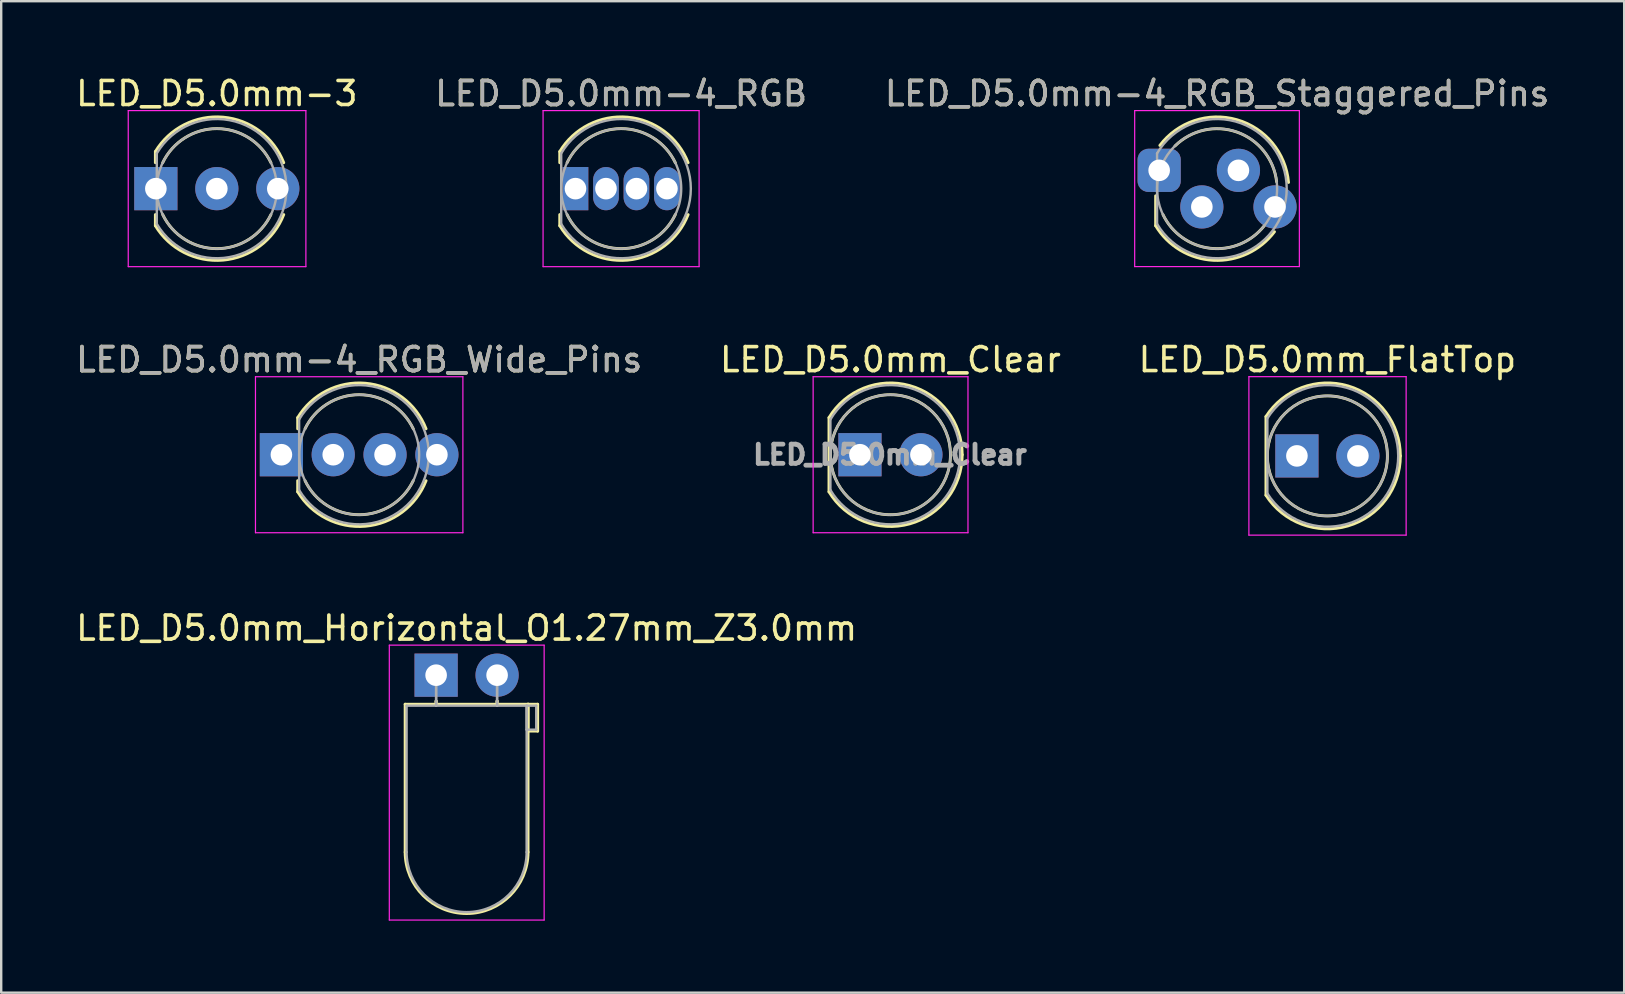
<source format=kicad_pcb>
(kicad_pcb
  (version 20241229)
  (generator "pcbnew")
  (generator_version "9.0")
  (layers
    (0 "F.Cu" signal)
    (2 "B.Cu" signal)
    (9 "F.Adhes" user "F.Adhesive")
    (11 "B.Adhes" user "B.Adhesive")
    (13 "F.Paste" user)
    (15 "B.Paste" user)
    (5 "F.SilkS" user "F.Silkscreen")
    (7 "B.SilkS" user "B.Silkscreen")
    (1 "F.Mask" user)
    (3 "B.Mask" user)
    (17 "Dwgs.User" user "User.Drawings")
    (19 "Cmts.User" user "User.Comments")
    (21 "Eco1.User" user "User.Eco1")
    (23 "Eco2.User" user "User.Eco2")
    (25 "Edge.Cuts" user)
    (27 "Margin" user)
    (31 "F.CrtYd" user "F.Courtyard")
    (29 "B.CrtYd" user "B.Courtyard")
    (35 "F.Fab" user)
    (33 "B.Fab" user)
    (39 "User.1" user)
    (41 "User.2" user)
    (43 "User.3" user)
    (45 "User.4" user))
  (footprint "LED_D5.0mm_Horizontal_O1.27mm_Z3.0mm"
    (layer "F.Cu")
    (at 15.117 25.075)
    (property "Reference" "LED_D5.0mm_Horizontal_O1.27mm_Z3.0mm" (at 1.27 -1.96 0) (layer "F.SilkS") (effects (font (size 1 1) (thickness 0.15))))
    (attr through_hole)
    (fp_line (start -1.29 1.21) (end -1.29 7.37) (stroke (width 0.12) (type solid)) (layer "F.SilkS"))
    (fp_line (start -1.29 1.21) (end 3.83 1.21) (stroke (width 0.12) (type solid)) (layer "F.SilkS"))
    (fp_line (start 0 1.08) (end 0 1.08) (stroke (width 0.12) (type solid)) (layer "F.SilkS"))
    (fp_line (start 0 1.08) (end 0 1.21) (stroke (width 0.12) (type solid)) (layer "F.SilkS"))
    (fp_line (start 0 1.21) (end 0 1.08) (stroke (width 0.12) (type solid)) (layer "F.SilkS"))
    (fp_line (start 0 1.21) (end 0 1.21) (stroke (width 0.12) (type solid)) (layer "F.SilkS"))
    (fp_line (start 2.54 1.08) (end 2.54 1.08) (stroke (width 0.12) (type solid)) (layer "F.SilkS"))
    (fp_line (start 2.54 1.08) (end 2.54 1.21) (stroke (width 0.12) (type solid)) (layer "F.SilkS"))
    (fp_line (start 2.54 1.21) (end 2.54 1.08) (stroke (width 0.12) (type solid)) (layer "F.SilkS"))
    (fp_line (start 2.54 1.21) (end 2.54 1.21) (stroke (width 0.12) (type solid)) (layer "F.SilkS"))
    (fp_line (start 3.83 1.21) (end 3.83 7.37) (stroke (width 0.12) (type solid)) (layer "F.SilkS"))
    (fp_line (start 3.83 1.21) (end 4.23 1.21) (stroke (width 0.12) (type solid)) (layer "F.SilkS"))
    (fp_line (start 3.83 2.33) (end 3.83 1.21) (stroke (width 0.12) (type solid)) (layer "F.SilkS"))
    (fp_line (start 4.23 1.21) (end 4.23 2.33) (stroke (width 0.12) (type solid)) (layer "F.SilkS"))
    (fp_line (start 4.23 2.33) (end 3.83 2.33) (stroke (width 0.12) (type solid)) (layer "F.SilkS"))
    (fp_arc (start 3.83 7.37) (mid 1.27 9.93) (end -1.29 7.37) (stroke (width 0.12) (type solid)) (layer "F.SilkS"))
    (fp_line (start -1.95 -1.25) (end -1.95 10.2) (stroke (width 0.05) (type solid)) (layer "F.CrtYd"))
    (fp_line (start -1.95 10.2) (end 4.5 10.2) (stroke (width 0.05) (type solid)) (layer "F.CrtYd"))
    (fp_line (start 4.5 -1.25) (end -1.95 -1.25) (stroke (width 0.05) (type solid)) (layer "F.CrtYd"))
    (fp_line (start 4.5 10.2) (end 4.5 -1.25) (stroke (width 0.05) (type solid)) (layer "F.CrtYd"))
    (fp_line (start -1.23 1.27) (end -1.23 7.37) (stroke (width 0.1) (type solid)) (layer "F.Fab"))
    (fp_line (start -1.23 1.27) (end 3.77 1.27) (stroke (width 0.1) (type solid)) (layer "F.Fab"))
    (fp_line (start 0 0) (end 0 0) (stroke (width 0.1) (type solid)) (layer "F.Fab"))
    (fp_line (start 0 0) (end 0 1.27) (stroke (width 0.1) (type solid)) (layer "F.Fab"))
    (fp_line (start 0 1.27) (end 0 0) (stroke (width 0.1) (type solid)) (layer "F.Fab"))
    (fp_line (start 0 1.27) (end 0 1.27) (stroke (width 0.1) (type solid)) (layer "F.Fab"))
    (fp_line (start 2.54 0) (end 2.54 0) (stroke (width 0.1) (type solid)) (layer "F.Fab"))
    (fp_line (start 2.54 0) (end 2.54 1.27) (stroke (width 0.1) (type solid)) (layer "F.Fab"))
    (fp_line (start 2.54 1.27) (end 2.54 0) (stroke (width 0.1) (type solid)) (layer "F.Fab"))
    (fp_line (start 2.54 1.27) (end 2.54 1.27) (stroke (width 0.1) (type solid)) (layer "F.Fab"))
    (fp_line (start 3.77 1.27) (end 3.77 7.37) (stroke (width 0.1) (type solid)) (layer "F.Fab"))
    (fp_line (start 3.77 1.27) (end 4.17 1.27) (stroke (width 0.1) (type solid)) (layer "F.Fab"))
    (fp_line (start 3.77 2.27) (end 3.77 1.27) (stroke (width 0.1) (type solid)) (layer "F.Fab"))
    (fp_line (start 4.17 1.27) (end 4.17 2.27) (stroke (width 0.1) (type solid)) (layer "F.Fab"))
    (fp_line (start 4.17 2.27) (end 3.77 2.27) (stroke (width 0.1) (type solid)) (layer "F.Fab"))
    (fp_arc (start 3.77 7.37) (mid 1.27 9.87) (end -1.23 7.37) (stroke (width 0.1) (type solid)) (layer "F.Fab"))
    (pad "1" thru_hole rect (at 0 0) (size 1.8 1.8) (drill 0.9) (layers "*.Cu" "*.Mask"))
    (pad "2" thru_hole circle (at 2.54 0) (size 1.8 1.8) (drill 0.9) (layers "*.Cu" "*.Mask")))
  (footprint "LED_D5.0mm_FlatTop"
    (layer "F.Cu")
    (at 50.974 15.941)
    (property "Reference" "LED_D5.0mm_FlatTop" (at 1.27 -4.01 0) (layer "F.SilkS") (effects (font (size 1 1) (thickness 0.15))))
    (attr through_hole)
    (fp_line (start -1.29 -1.64) (end -1.29 1.64) (stroke (width 0.12) (type solid)) (layer "F.SilkS"))
    (fp_arc (start -1.29 -1.639512) (mid 2.125106 -2.917258) (end 4.309999 0.001958) (stroke (width 0.12) (type solid)) (layer "F.SilkS"))
    (fp_arc (start 4.309999 -0.001958) (mid 2.125106 2.917258) (end -1.29 1.639512) (stroke (width 0.12) (type solid)) (layer "F.SilkS"))
    (fp_circle (center 1.27 0) (end 3.77 0) (stroke (width 0.12) (type solid)) (fill no) (layer "F.SilkS"))
    (fp_line (start -2 -3.3) (end -2 3.3) (stroke (width 0.05) (type solid)) (layer "F.CrtYd"))
    (fp_line (start -2 3.3) (end 4.55 3.3) (stroke (width 0.05) (type solid)) (layer "F.CrtYd"))
    (fp_line (start 4.55 -3.3) (end -2 -3.3) (stroke (width 0.05) (type solid)) (layer "F.CrtYd"))
    (fp_line (start 4.55 3.3) (end 4.55 -3.3) (stroke (width 0.05) (type solid)) (layer "F.CrtYd"))
    (fp_line (start -1.23 -1.566) (end -1.23 1.566) (stroke (width 0.1) (type solid)) (layer "F.Fab"))
    (fp_arc (start -1.23 -1.566046) (mid 4.22 0.00071) (end -1.230753 1.564843) (stroke (width 0.1) (type solid)) (layer "F.Fab"))
    (fp_circle (center 1.27 0) (end 3.77 0) (stroke (width 0.1) (type solid)) (fill no) (layer "F.Fab"))
    (pad "1" thru_hole rect (at 0 0) (size 1.8 1.8) (drill 0.9) (layers "*.Cu" "*.Mask"))
    (pad "2" thru_hole circle (at 2.54 0) (size 1.8 1.8) (drill 0.9) (layers "*.Cu" "*.Mask")))
  (footprint "LED_D5.0mm-3"
    (layer "F.Cu")
    (at 3.442 4.808)
    (property "Reference" "LED_D5.0mm-3" (at 2.54 -3.96 0) (layer "F.SilkS") (effects (font (size 1 1) (thickness 0.15))))
    (attr through_hole)
    (fp_line (start -0.02 -1.545) (end -0.02 -1.08) (stroke (width 0.12) (type solid)) (layer "F.SilkS"))
    (fp_line (start -0.02 1.08) (end -0.02 1.545) (stroke (width 0.12) (type solid)) (layer "F.SilkS"))
    (fp_arc (start -0.02 -1.54483) (mid 2.798456 -2.978809) (end 5.327815 -1.080827) (stroke (width 0.12) (type solid)) (layer "F.SilkS"))
    (fp_arc (start 0.285316 -1.08) (mid 2.539762 -2.5) (end 4.794479 -1.080429) (stroke (width 0.12) (type solid)) (layer "F.SilkS"))
    (fp_arc (start 4.794479 1.080429) (mid 2.539762 2.5) (end 0.285316 1.08) (stroke (width 0.12) (type solid)) (layer "F.SilkS"))
    (fp_arc (start 5.327815 1.080827) (mid 2.798456 2.978808) (end -0.02 1.54483) (stroke (width 0.12) (type solid)) (layer "F.SilkS"))
    (fp_line (start -1.15 -3.25) (end -1.15 3.25) (stroke (width 0.05) (type solid)) (layer "F.CrtYd"))
    (fp_line (start -1.15 3.25) (end 6.25 3.25) (stroke (width 0.05) (type solid)) (layer "F.CrtYd"))
    (fp_line (start 6.25 -3.25) (end -1.15 -3.25) (stroke (width 0.05) (type solid)) (layer "F.CrtYd"))
    (fp_line (start 6.25 3.25) (end 6.25 -3.25) (stroke (width 0.05) (type solid)) (layer "F.CrtYd"))
    (fp_line (start 0.04 -1.47) (end 0.04 1.47) (stroke (width 0.1) (type solid)) (layer "F.Fab"))
    (fp_arc (start 0.04 -1.469694) (mid 5.44 0.000016) (end 0.039984 1.469666) (stroke (width 0.1) (type solid)) (layer "F.Fab"))
    (fp_circle (center 2.54 0) (end 5.04 0) (stroke (width 0.1) (type solid)) (fill no) (layer "F.Fab"))
    (pad "1" thru_hole rect (at 0 0) (size 1.8 1.8) (drill 0.9) (layers "*.Cu" "*.Mask"))
    (pad "2" thru_hole circle (at 2.54 0) (size 1.8 1.8) (drill 0.9) (layers "*.Cu" "*.Mask"))
    (pad "3" thru_hole circle (at 5.08 0) (size 1.8 1.8) (drill 0.9) (layers "*.Cu" "*.Mask")))
  (footprint "LED_D5.0mm-4_RGB_Staggered_Pins"
    (layer "F.Cu")
    (at 45.236 4.046)
    (property "Reference" "LED_D5.0mm-4_RGB_Staggered_Pins" (at 2.413 -3.198 0) (layer "F.SilkS") (effects (font (size 1 1) (thickness 0.15))))
    (attr through_hole)
    (fp_line (start -0.147 1.061) (end -0.147 2.307) (stroke (width 0.12) (type solid)) (layer "F.SilkS"))
    (fp_arc (start 0.028 -1.038) (mid 3.238737 -2.109652) (end 5.389836 0.503784) (stroke (width 0.12) (type solid)) (layer "F.SilkS"))
    (fp_arc (start 0.660401 -1.015999) (mid 3.242766 -1.592649) (end 4.89309 0.475579) (stroke (width 0.12) (type solid)) (layer "F.SilkS"))
    (fp_arc (start 4.372086 2.315056) (mid 2.134091 3.246393) (end 0.158316 1.842) (stroke (width 0.12) (type solid)) (layer "F.SilkS"))
    (fp_arc (start 4.804334 2.556887) (mid 2.262188 3.748194) (end -0.147 2.30683) (stroke (width 0.12) (type solid)) (layer "F.SilkS"))
    (fp_line (start -1.02 -2.49) (end 5.84 -2.49) (stroke (width 0.05) (type solid)) (layer "F.CrtYd"))
    (fp_line (start -1.02 4.01) (end -1.02 -2.49) (stroke (width 0.05) (type solid)) (layer "F.CrtYd"))
    (fp_line (start 5.84 -2.49) (end 5.84 4.01) (stroke (width 0.05) (type solid)) (layer "F.CrtYd"))
    (fp_line (start 5.84 4.01) (end -1.02 4.01) (stroke (width 0.05) (type solid)) (layer "F.CrtYd"))
    (fp_line (start -0.087 -0.708) (end -0.087 2.232) (stroke (width 0.1) (type solid)) (layer "F.Fab"))
    (fp_arc (start -0.087 -0.707694) (mid 5.313 0.762016) (end -0.087016 2.231666) (stroke (width 0.1) (type solid)) (layer "F.Fab"))
    (fp_circle (center 2.413 0.762) (end 4.913 0.762) (stroke (width 0.1) (type solid)) (fill no) (layer "F.Fab"))
    (fp_text user "${REFERENCE}" (at 2.413 -3.198 0) (layer "F.Fab") (effects (font (size 1 1) (thickness 0.15))))
    (pad "1" thru_hole roundrect (at 0 0) (size 1.8 1.8) (drill 0.9) (layers "*.Cu" "*.Mask") (roundrect_rratio 0.25))
    (pad "2" thru_hole circle (at 1.778 1.524) (size 1.8 1.8) (drill 0.9) (layers "*.Cu" "*.Mask"))
    (pad "3" thru_hole circle (at 3.302 0) (size 1.8 1.8) (drill 0.9) (layers "*.Cu" "*.Mask"))
    (pad "4" thru_hole circle (at 4.826 1.524) (size 1.8 1.8) (drill 0.9) (layers "*.Cu" "*.Mask")))
  (footprint "LED_D5.0mm_Clear"
    (layer "F.Cu")
    (at 32.772 15.892)
    (property "Reference" "LED_D5.0mm_Clear" (at 1.27 -3.96 0) (layer "F.SilkS") (effects (font (size 1 1) (thickness 0.15))))
    (attr through_hole)
    (fp_line (start -1.29 -1.545) (end -1.29 1.545) (stroke (width 0.12) (type solid)) (layer "F.SilkS"))
    (fp_arc (start -1.29 -1.54483) (mid 2.072002 -2.880433) (end 4.26 0.000462) (stroke (width 0.12) (type solid)) (layer "F.SilkS"))
    (fp_arc (start 4.26 -0.000462) (mid 2.072002 2.880433) (end -1.29 1.54483) (stroke (width 0.12) (type solid)) (layer "F.SilkS"))
    (fp_circle (center 1.27 0) (end 3.77 0) (stroke (width 0.12) (type solid)) (fill no) (layer "F.SilkS"))
    (fp_line (start -1.95 -3.25) (end -1.95 3.25) (stroke (width 0.05) (type solid)) (layer "F.CrtYd"))
    (fp_line (start -1.95 3.25) (end 4.5 3.25) (stroke (width 0.05) (type solid)) (layer "F.CrtYd"))
    (fp_line (start 4.5 -3.25) (end -1.95 -3.25) (stroke (width 0.05) (type solid)) (layer "F.CrtYd"))
    (fp_line (start 4.5 3.25) (end 4.5 -3.25) (stroke (width 0.05) (type solid)) (layer "F.CrtYd"))
    (fp_line (start -1.23 -1.47) (end -1.23 1.47) (stroke (width 0.1) (type solid)) (layer "F.Fab"))
    (fp_arc (start -1.23 -1.469694) (mid 4.17 0.000016) (end -1.230016 1.469666) (stroke (width 0.1) (type solid)) (layer "F.Fab"))
    (fp_circle (center 1.27 0) (end 3.77 0) (stroke (width 0.1) (type solid)) (fill no) (layer "F.Fab"))
    (fp_text user "${REFERENCE}" (at 1.25 0 0) (layer "F.Fab") (effects (font (size 0.8 0.8) (thickness 0.2))))
    (pad "1" thru_hole rect (at 0 0) (size 1.8 1.8) (drill 0.9) (layers "*.Cu" "*.Mask"))
    (pad "2" thru_hole circle (at 2.54 0) (size 1.8 1.8) (drill 0.9) (layers "*.Cu" "*.Mask")))
  (footprint "LED_D5.0mm-4_RGB_Wide_Pins"
    (layer "F.Cu")
    (at 8.672 15.892)
    (property "Reference" "LED_D5.0mm-4_RGB_Wide_Pins" (at 3.239 -3.96 0) (layer "F.SilkS") (effects (font (size 1 1) (thickness 0.15))))
    (attr through_hole)
    (fp_line (start 0.678 -1.545) (end 0.678 -1.08) (stroke (width 0.12) (type solid)) (layer "F.SilkS"))
    (fp_line (start 0.678 1.08) (end 0.678 1.545) (stroke (width 0.12) (type solid)) (layer "F.SilkS"))
    (fp_arc (start 0.6785 -1.54483) (mid 3.496956 -2.978809) (end 6.026315 -1.080827) (stroke (width 0.12) (type solid)) (layer "F.SilkS"))
    (fp_arc (start 0.983816 -1.08) (mid 3.238262 -2.5) (end 5.492979 -1.080429) (stroke (width 0.12) (type solid)) (layer "F.SilkS"))
    (fp_arc (start 5.492979 1.080429) (mid 3.238262 2.5) (end 0.983816 1.08) (stroke (width 0.12) (type solid)) (layer "F.SilkS"))
    (fp_arc (start 6.026315 1.080827) (mid 3.496956 2.978808) (end 0.6785 1.54483) (stroke (width 0.12) (type solid)) (layer "F.SilkS"))
    (fp_line (start -1.08 -3.25) (end -1.08 3.25) (stroke (width 0.05) (type solid)) (layer "F.CrtYd"))
    (fp_line (start -1.08 3.25) (end 7.56 3.25) (stroke (width 0.05) (type solid)) (layer "F.CrtYd"))
    (fp_line (start 7.56 -3.25) (end -1.08 -3.25) (stroke (width 0.05) (type solid)) (layer "F.CrtYd"))
    (fp_line (start 7.56 3.25) (end 7.56 -3.25) (stroke (width 0.05) (type solid)) (layer "F.CrtYd"))
    (fp_line (start 0.739 -1.47) (end 0.739 1.47) (stroke (width 0.1) (type solid)) (layer "F.Fab"))
    (fp_arc (start 0.7385 -1.469694) (mid 6.1385 0.000016) (end 0.738484 1.469666) (stroke (width 0.1) (type solid)) (layer "F.Fab"))
    (fp_circle (center 3.239 0) (end 5.739 0) (stroke (width 0.1) (type solid)) (fill no) (layer "F.Fab"))
    (fp_text user "${REFERENCE}" (at 3.239 -3.96 0) (layer "F.Fab") (effects (font (size 1 1) (thickness 0.15))))
    (pad "1" thru_hole rect (at 0 0) (size 1.8 1.8) (drill 0.9) (layers "*.Cu" "*.Mask"))
    (pad "2" thru_hole circle (at 2.159 0) (size 1.8 1.8) (drill 0.9) (layers "*.Cu" "*.Mask"))
    (pad "3" thru_hole circle (at 4.318 0) (size 1.8 1.8) (drill 0.9) (layers "*.Cu" "*.Mask"))
    (pad "4" thru_hole circle (at 6.477 0) (size 1.8 1.8) (drill 0.9) (layers "*.Cu" "*.Mask")))
  (footprint "LED_D5.0mm-4_RGB"
    (layer "F.Cu")
    (at 20.922 4.808)
    (property "Reference" "LED_D5.0mm-4_RGB" (at 1.905 -3.96 0) (layer "F.SilkS") (effects (font (size 1 1) (thickness 0.15))))
    (attr through_hole)
    (fp_line (start -0.655 -1.545) (end -0.655 -1.08) (stroke (width 0.12) (type solid)) (layer "F.SilkS"))
    (fp_line (start -0.655 1.08) (end -0.655 1.545) (stroke (width 0.12) (type solid)) (layer "F.SilkS"))
    (fp_arc (start -0.655 -1.54483) (mid 2.163456 -2.978809) (end 4.692815 -1.080827) (stroke (width 0.12) (type solid)) (layer "F.SilkS"))
    (fp_arc (start -0.349684 -1.08) (mid 1.904762 -2.5) (end 4.159479 -1.080429) (stroke (width 0.12) (type solid)) (layer "F.SilkS"))
    (fp_arc (start 4.159479 1.080429) (mid 1.904762 2.5) (end -0.349684 1.08) (stroke (width 0.12) (type solid)) (layer "F.SilkS"))
    (fp_arc (start 4.692815 1.080827) (mid 2.163456 2.978808) (end -0.655 1.54483) (stroke (width 0.12) (type solid)) (layer "F.SilkS"))
    (fp_line (start -1.35 -3.25) (end -1.35 3.25) (stroke (width 0.05) (type solid)) (layer "F.CrtYd"))
    (fp_line (start -1.35 3.25) (end 5.15 3.25) (stroke (width 0.05) (type solid)) (layer "F.CrtYd"))
    (fp_line (start 5.15 -3.25) (end -1.35 -3.25) (stroke (width 0.05) (type solid)) (layer "F.CrtYd"))
    (fp_line (start 5.15 3.25) (end 5.15 -3.25) (stroke (width 0.05) (type solid)) (layer "F.CrtYd"))
    (fp_line (start -0.595 -1.47) (end -0.595 1.47) (stroke (width 0.1) (type solid)) (layer "F.Fab"))
    (fp_arc (start -0.595 -1.469694) (mid 4.805 0.000016) (end -0.595016 1.469666) (stroke (width 0.1) (type solid)) (layer "F.Fab"))
    (fp_circle (center 1.905 0) (end 4.405 0) (stroke (width 0.1) (type solid)) (fill no) (layer "F.Fab"))
    (fp_text user "${REFERENCE}" (at 1.905 -3.96 0) (layer "F.Fab") (effects (font (size 1 1) (thickness 0.15))))
    (pad "1" thru_hole rect (at 0 0) (size 1.07 1.8) (drill 0.9) (layers "*.Cu" "*.Mask"))
    (pad "2" thru_hole oval (at 1.27 0) (size 1.07 1.8) (drill 0.9) (layers "*.Cu" "*.Mask"))
    (pad "3" thru_hole oval (at 2.54 0) (size 1.07 1.8) (drill 0.9) (layers "*.Cu" "*.Mask"))
    (pad "4" thru_hole oval (at 3.81 0) (size 1.07 1.8) (drill 0.9) (layers "*.Cu" "*.Mask")))
  (gr_rect
    (start -3 -3)
    (end 64.607 38.3)
    (stroke (width 0.1) (type default))
    (fill no)
    (layer "Edge.Cuts")))
</source>
